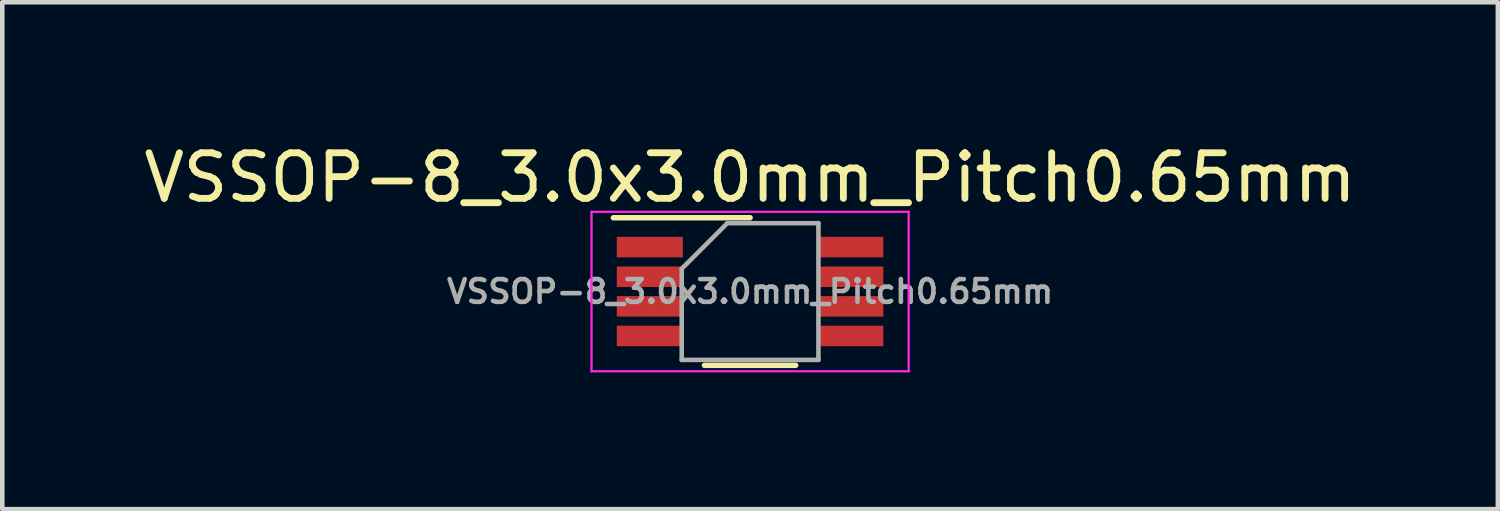
<source format=kicad_pcb>
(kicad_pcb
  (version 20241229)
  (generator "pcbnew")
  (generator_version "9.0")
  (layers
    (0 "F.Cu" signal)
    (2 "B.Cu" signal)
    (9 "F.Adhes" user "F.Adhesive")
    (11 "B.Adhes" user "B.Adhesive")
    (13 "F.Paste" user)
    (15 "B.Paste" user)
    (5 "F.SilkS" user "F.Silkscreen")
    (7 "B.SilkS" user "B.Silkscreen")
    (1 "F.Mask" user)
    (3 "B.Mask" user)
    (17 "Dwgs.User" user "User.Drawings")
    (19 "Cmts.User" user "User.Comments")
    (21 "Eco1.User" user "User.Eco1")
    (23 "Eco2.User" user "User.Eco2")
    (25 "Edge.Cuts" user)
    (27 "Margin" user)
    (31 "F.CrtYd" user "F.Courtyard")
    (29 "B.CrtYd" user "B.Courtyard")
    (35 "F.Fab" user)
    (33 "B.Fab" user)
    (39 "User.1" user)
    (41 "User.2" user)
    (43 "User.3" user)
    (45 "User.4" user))
  (footprint "VSSOP-8_3.0x3.0mm_Pitch0.65mm"
    (layer "F.Cu")
    (at 13.411 3.348)
    (property "Reference" "VSSOP-8_3.0x3.0mm_Pitch0.65mm" (at 0 -2.5 0) (layer "F.SilkS") (effects (font (size 1 1) (thickness 0.15))))
    (attr smd)
    (fp_line (start 0 -1.62) (end -3 -1.62) (stroke (width 0.12) (type solid)) (layer "F.SilkS"))
    (fp_line (start 1 1.62) (end -1 1.62) (stroke (width 0.12) (type solid)) (layer "F.SilkS"))
    (fp_line (start -3.48 -1.75) (end 3.48 -1.75) (stroke (width 0.05) (type solid)) (layer "F.CrtYd"))
    (fp_line (start -3.48 1.75) (end -3.48 -1.75) (stroke (width 0.05) (type solid)) (layer "F.CrtYd"))
    (fp_line (start 3.48 -1.75) (end 3.48 1.75) (stroke (width 0.05) (type solid)) (layer "F.CrtYd"))
    (fp_line (start 3.48 1.75) (end -3.48 1.75) (stroke (width 0.05) (type solid)) (layer "F.CrtYd"))
    (fp_line (start -1.5 1.5) (end -1.5 -0.5) (stroke (width 0.1) (type solid)) (layer "F.Fab"))
    (fp_line (start -0.5 -1.5) (end -1.5 -0.5) (stroke (width 0.1) (type solid)) (layer "F.Fab"))
    (fp_line (start -0.5 -1.5) (end 1.5 -1.5) (stroke (width 0.1) (type solid)) (layer "F.Fab"))
    (fp_line (start 1.5 -1.5) (end 1.5 1.5) (stroke (width 0.1) (type solid)) (layer "F.Fab"))
    (fp_line (start 1.5 1.5) (end -1.5 1.5) (stroke (width 0.1) (type solid)) (layer "F.Fab"))
    (fp_text user "${REFERENCE}" (at 0 0 0) (layer "F.Fab") (effects (font (size 0.5 0.5) (thickness 0.1))))
    (pad "1" smd rect (at -2.2 -0.975 270) (size 0.45 1.45) (layers "F.Cu" "F.Mask" "F.Paste"))
    (pad "2" smd rect (at -2.2 -0.325 270) (size 0.45 1.45) (layers "F.Cu" "F.Mask" "F.Paste"))
    (pad "3" smd rect (at -2.2 0.325 270) (size 0.45 1.45) (layers "F.Cu" "F.Mask" "F.Paste"))
    (pad "4" smd rect (at -2.2 0.975 270) (size 0.45 1.45) (layers "F.Cu" "F.Mask" "F.Paste"))
    (pad "5" smd rect (at 2.2 0.975 270) (size 0.45 1.45) (layers "F.Cu" "F.Mask" "F.Paste"))
    (pad "6" smd rect (at 2.2 0.325 270) (size 0.45 1.45) (layers "F.Cu" "F.Mask" "F.Paste"))
    (pad "7" smd rect (at 2.2 -0.325 270) (size 0.45 1.45) (layers "F.Cu" "F.Mask" "F.Paste"))
    (pad "8" smd rect (at 2.2 -0.975 270) (size 0.45 1.45) (layers "F.Cu" "F.Mask" "F.Paste")))
  (gr_rect
    (start -3 -3)
    (end 29.821 8.123)
    (stroke (width 0.1) (type default))
    (fill no)
    (layer "Edge.Cuts")))
</source>
